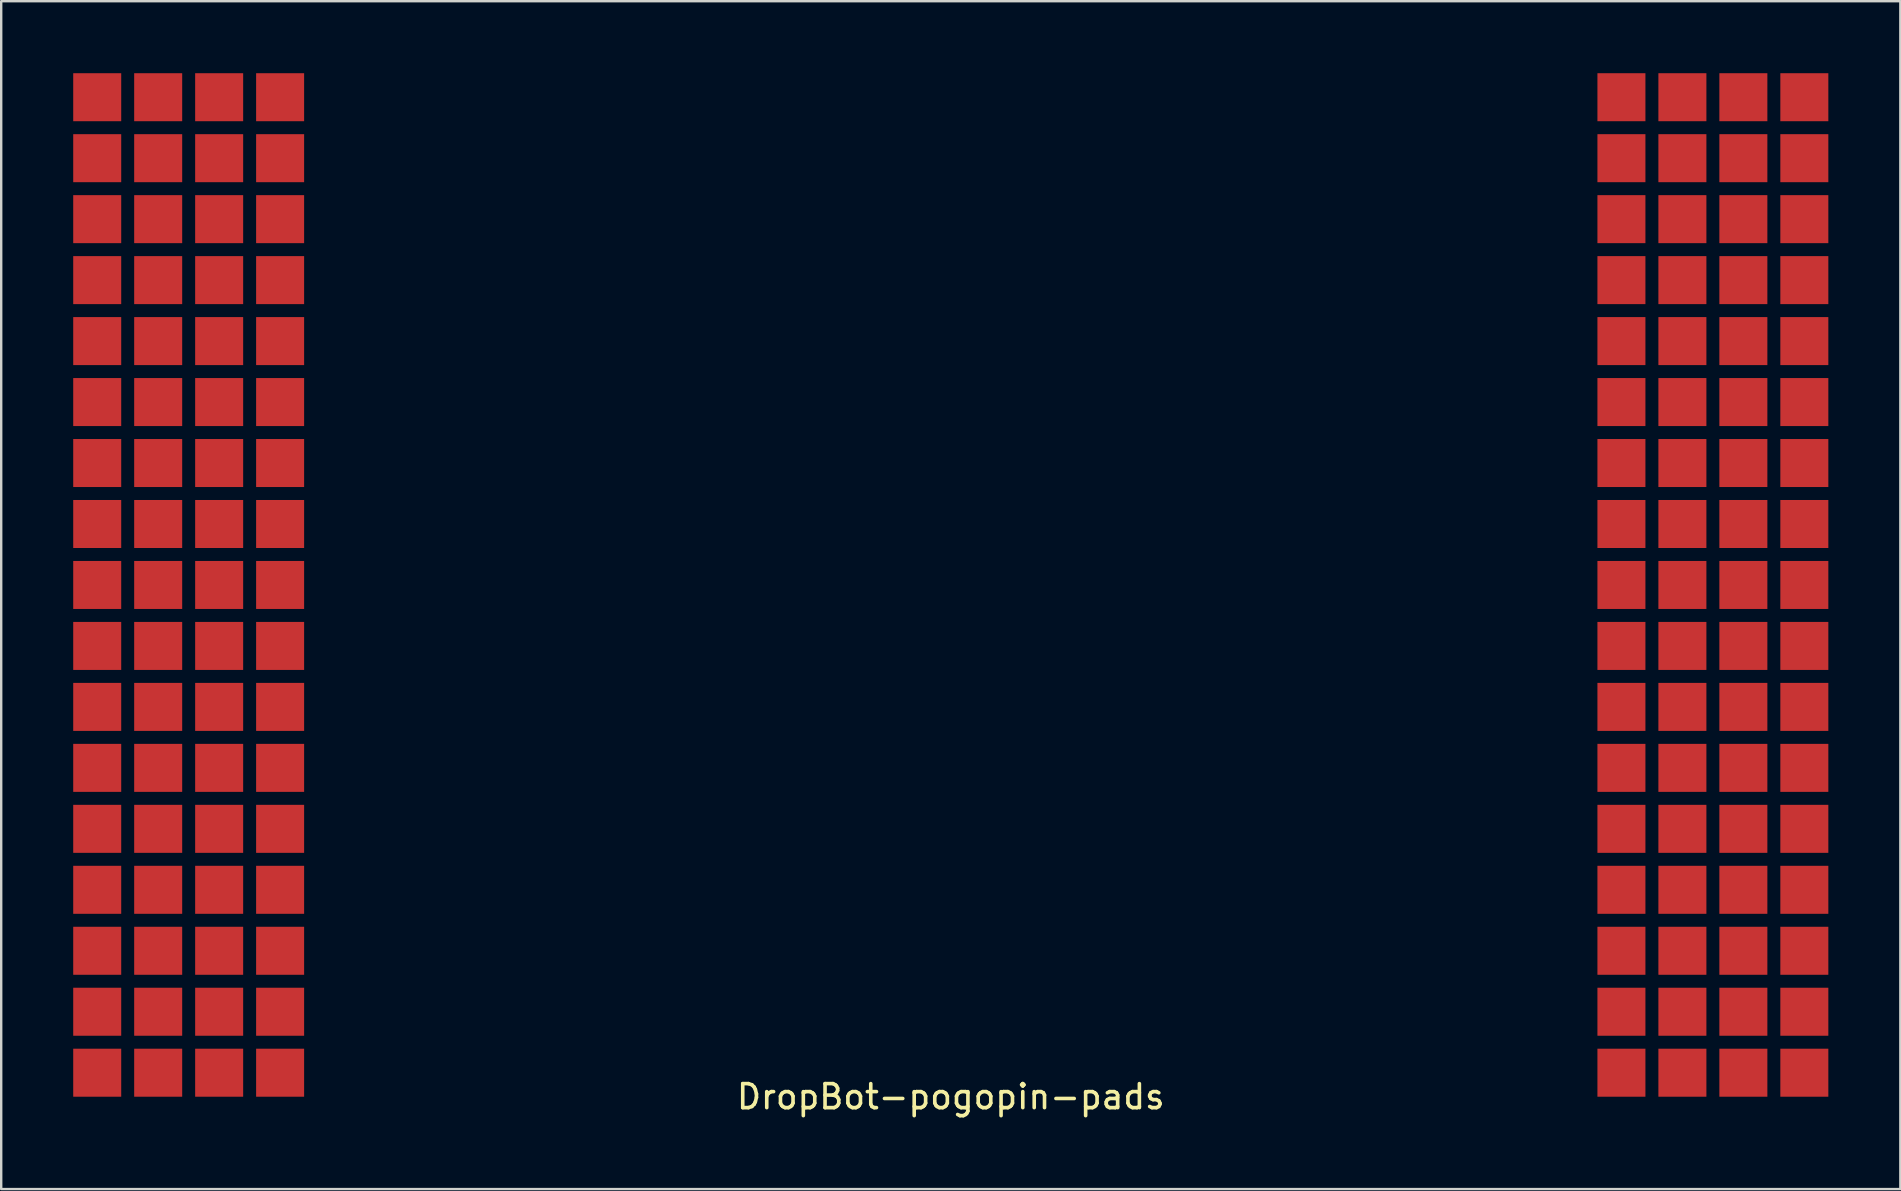
<source format=kicad_pcb>
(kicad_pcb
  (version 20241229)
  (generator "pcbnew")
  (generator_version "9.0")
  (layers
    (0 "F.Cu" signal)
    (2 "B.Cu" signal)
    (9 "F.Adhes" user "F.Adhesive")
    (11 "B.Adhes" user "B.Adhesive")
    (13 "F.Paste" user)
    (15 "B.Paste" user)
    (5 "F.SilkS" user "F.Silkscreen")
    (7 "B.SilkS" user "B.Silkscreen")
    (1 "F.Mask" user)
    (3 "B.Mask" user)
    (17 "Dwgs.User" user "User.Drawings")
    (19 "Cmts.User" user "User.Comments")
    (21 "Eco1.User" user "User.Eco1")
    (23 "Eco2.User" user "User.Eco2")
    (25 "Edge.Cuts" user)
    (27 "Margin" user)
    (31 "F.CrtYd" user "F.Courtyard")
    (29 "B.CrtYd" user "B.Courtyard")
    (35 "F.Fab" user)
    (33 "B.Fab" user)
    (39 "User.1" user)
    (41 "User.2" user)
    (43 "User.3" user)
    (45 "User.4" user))
  (footprint "DropBot-pogopin-pads"
    (layer "F.Cu")
    (at 36.56 42.64)
    (property "Reference" "DropBot-pogopin-pads" (at 0 0 0) (layer "F.SilkS") (effects (font (size 1 1) (thickness 0.15))))
    (attr through_hole)
    (pad "1" smd custom (at -27.94 -3.54) (size 1.8 1.8) (layers "F.Cu" "F.Mask" "F.Paste") (options (anchor circle)) (primitives (gr_poly (pts (xy 1 1) (xy 1 -1) (xy -1 -1) (xy -1 1) (xy 1 1)) (width 0) (fill yes))))
    (pad "2" smd custom (at -30.48 -3.54) (size 1.8 1.8) (layers "F.Cu" "F.Mask" "F.Paste") (options (anchor circle)) (primitives (gr_poly (pts (xy 1 1) (xy 1 -1) (xy -1 -1) (xy -1 1) (xy 1 1)) (width 0) (fill yes))))
    (pad "3" smd custom (at -33.02 -3.54) (size 1.8 1.8) (layers "F.Cu" "F.Mask" "F.Paste") (options (anchor circle)) (primitives (gr_poly (pts (xy 1 1) (xy 1 -1) (xy -1 -1) (xy -1 1) (xy 1 1)) (width 0) (fill yes))))
    (pad "4" smd custom (at -35.56 -3.54) (size 1.8 1.8) (layers "F.Cu" "F.Mask" "F.Paste") (options (anchor circle)) (primitives (gr_poly (pts (xy 1 1) (xy 1 -1) (xy -1 -1) (xy -1 1) (xy 1 1)) (width 0) (fill yes))))
    (pad "5" smd custom (at -27.94 -6.08) (size 1.8 1.8) (layers "F.Cu" "F.Mask" "F.Paste") (options (anchor circle)) (primitives (gr_poly (pts (xy 1 1) (xy 1 -1) (xy -1 -1) (xy -1 1) (xy 1 1)) (width 0) (fill yes))))
    (pad "6" smd custom (at -30.48 -6.08) (size 1.8 1.8) (layers "F.Cu" "F.Mask" "F.Paste") (options (anchor circle)) (primitives (gr_poly (pts (xy 1 1) (xy 1 -1) (xy -1 -1) (xy -1 1) (xy 1 1)) (width 0) (fill yes))))
    (pad "7" smd custom (at -33.02 -6.08) (size 1.8 1.8) (layers "F.Cu" "F.Mask" "F.Paste") (options (anchor circle)) (primitives (gr_poly (pts (xy 1 1) (xy 1 -1) (xy -1 -1) (xy -1 1) (xy 1 1)) (width 0) (fill yes))))
    (pad "8" smd custom (at -35.56 -6.08) (size 1.8 1.8) (layers "F.Cu" "F.Mask" "F.Paste") (options (anchor circle)) (primitives (gr_poly (pts (xy 1 1) (xy 1 -1) (xy -1 -1) (xy -1 1) (xy 1 1)) (width 0) (fill yes))))
    (pad "9" smd custom (at -27.94 -8.62) (size 1.8 1.8) (layers "F.Cu" "F.Mask" "F.Paste") (options (anchor circle)) (primitives (gr_poly (pts (xy 1 1) (xy 1 -1) (xy -1 -1) (xy -1 1) (xy 1 1)) (width 0) (fill yes))))
    (pad "10" smd custom (at -30.48 -8.62) (size 1.8 1.8) (layers "F.Cu" "F.Mask" "F.Paste") (options (anchor circle)) (primitives (gr_poly (pts (xy 1 1) (xy 1 -1) (xy -1 -1) (xy -1 1) (xy 1 1)) (width 0) (fill yes))))
    (pad "11" smd custom (at -33.02 -8.62) (size 1.8 1.8) (layers "F.Cu" "F.Mask" "F.Paste") (options (anchor circle)) (primitives (gr_poly (pts (xy 1 1) (xy 1 -1) (xy -1 -1) (xy -1 1) (xy 1 1)) (width 0) (fill yes))))
    (pad "12" smd custom (at -35.56 -8.62) (size 1.8 1.8) (layers "F.Cu" "F.Mask" "F.Paste") (options (anchor circle)) (primitives (gr_poly (pts (xy 1 1) (xy 1 -1) (xy -1 -1) (xy -1 1) (xy 1 1)) (width 0) (fill yes))))
    (pad "13" smd custom (at -27.94 -11.16) (size 1.8 1.8) (layers "F.Cu" "F.Mask" "F.Paste") (options (anchor circle)) (primitives (gr_poly (pts (xy 1 1) (xy 1 -1) (xy -1 -1) (xy -1 1) (xy 1 1)) (width 0) (fill yes))))
    (pad "14" smd custom (at -30.48 -11.16) (size 1.8 1.8) (layers "F.Cu" "F.Mask" "F.Paste") (options (anchor circle)) (primitives (gr_poly (pts (xy 1 1) (xy 1 -1) (xy -1 -1) (xy -1 1) (xy 1 1)) (width 0) (fill yes))))
    (pad "15" smd custom (at -33.02 -11.16) (size 1.8 1.8) (layers "F.Cu" "F.Mask" "F.Paste") (options (anchor circle)) (primitives (gr_poly (pts (xy 1 1) (xy 1 -1) (xy -1 -1) (xy -1 1) (xy 1 1)) (width 0) (fill yes))))
    (pad "16" smd custom (at -35.56 -11.16) (size 1.8 1.8) (layers "F.Cu" "F.Mask" "F.Paste") (options (anchor circle)) (primitives (gr_poly (pts (xy 1 1) (xy 1 -1) (xy -1 -1) (xy -1 1) (xy 1 1)) (width 0) (fill yes))))
    (pad "17" smd custom (at -27.94 -13.7) (size 1.8 1.8) (layers "F.Cu" "F.Mask" "F.Paste") (options (anchor circle)) (primitives (gr_poly (pts (xy 1 1) (xy 1 -1) (xy -1 -1) (xy -1 1) (xy 1 1)) (width 0) (fill yes))))
    (pad "18" smd custom (at -30.48 -13.7) (size 1.8 1.8) (layers "F.Cu" "F.Mask" "F.Paste") (options (anchor circle)) (primitives (gr_poly (pts (xy 1 1) (xy 1 -1) (xy -1 -1) (xy -1 1) (xy 1 1)) (width 0) (fill yes))))
    (pad "19" smd custom (at -33.02 -13.7) (size 1.8 1.8) (layers "F.Cu" "F.Mask" "F.Paste") (options (anchor circle)) (primitives (gr_poly (pts (xy 1 1) (xy 1 -1) (xy -1 -1) (xy -1 1) (xy 1 1)) (width 0) (fill yes))))
    (pad "20" smd custom (at -35.56 -13.7) (size 1.8 1.8) (layers "F.Cu" "F.Mask" "F.Paste") (options (anchor circle)) (primitives (gr_poly (pts (xy 1 1) (xy 1 -1) (xy -1 -1) (xy -1 1) (xy 1 1)) (width 0) (fill yes))))
    (pad "21" smd custom (at -27.94 -16.24) (size 1.8 1.8) (layers "F.Cu" "F.Mask" "F.Paste") (options (anchor circle)) (primitives (gr_poly (pts (xy 1 1) (xy 1 -1) (xy -1 -1) (xy -1 1) (xy 1 1)) (width 0) (fill yes))))
    (pad "22" smd custom (at -30.48 -16.24) (size 1.8 1.8) (layers "F.Cu" "F.Mask" "F.Paste") (options (anchor circle)) (primitives (gr_poly (pts (xy 1 1) (xy 1 -1) (xy -1 -1) (xy -1 1) (xy 1 1)) (width 0) (fill yes))))
    (pad "23" smd custom (at -33.02 -16.24) (size 1.8 1.8) (layers "F.Cu" "F.Mask" "F.Paste") (options (anchor circle)) (primitives (gr_poly (pts (xy 1 1) (xy 1 -1) (xy -1 -1) (xy -1 1) (xy 1 1)) (width 0) (fill yes))))
    (pad "24" smd custom (at -35.56 -16.24) (size 1.8 1.8) (layers "F.Cu" "F.Mask" "F.Paste") (options (anchor circle)) (primitives (gr_poly (pts (xy 1 1) (xy 1 -1) (xy -1 -1) (xy -1 1) (xy 1 1)) (width 0) (fill yes))))
    (pad "25" smd custom (at -27.94 -18.78) (size 1.8 1.8) (layers "F.Cu" "F.Mask" "F.Paste") (options (anchor circle)) (primitives (gr_poly (pts (xy 1 1) (xy 1 -1) (xy -1 -1) (xy -1 1) (xy 1 1)) (width 0) (fill yes))))
    (pad "26" smd custom (at -30.48 -18.78) (size 1.8 1.8) (layers "F.Cu" "F.Mask" "F.Paste") (options (anchor circle)) (primitives (gr_poly (pts (xy 1 1) (xy 1 -1) (xy -1 -1) (xy -1 1) (xy 1 1)) (width 0) (fill yes))))
    (pad "27" smd custom (at -33.02 -18.78) (size 1.8 1.8) (layers "F.Cu" "F.Mask" "F.Paste") (options (anchor circle)) (primitives (gr_poly (pts (xy 1 1) (xy 1 -1) (xy -1 -1) (xy -1 1) (xy 1 1)) (width 0) (fill yes))))
    (pad "28" smd custom (at -35.56 -18.78) (size 1.8 1.8) (layers "F.Cu" "F.Mask" "F.Paste") (options (anchor circle)) (primitives (gr_poly (pts (xy 1 1) (xy 1 -1) (xy -1 -1) (xy -1 1) (xy 1 1)) (width 0) (fill yes))))
    (pad "29" smd custom (at -27.94 -21.32) (size 1.8 1.8) (layers "F.Cu" "F.Mask" "F.Paste") (options (anchor circle)) (primitives (gr_poly (pts (xy 1 1) (xy 1 -1) (xy -1 -1) (xy -1 1) (xy 1 1)) (width 0) (fill yes))))
    (pad "30" smd custom (at -30.48 -21.32) (size 1.8 1.8) (layers "F.Cu" "F.Mask" "F.Paste") (options (anchor circle)) (primitives (gr_poly (pts (xy 1 1) (xy 1 -1) (xy -1 -1) (xy -1 1) (xy 1 1)) (width 0) (fill yes))))
    (pad "31" smd custom (at -33.02 -21.32) (size 1.8 1.8) (layers "F.Cu" "F.Mask" "F.Paste") (options (anchor circle)) (primitives (gr_poly (pts (xy 1 1) (xy 1 -1) (xy -1 -1) (xy -1 1) (xy 1 1)) (width 0) (fill yes))))
    (pad "32" smd custom (at -35.56 -21.32) (size 1.8 1.8) (layers "F.Cu" "F.Mask" "F.Paste") (options (anchor circle)) (primitives (gr_poly (pts (xy 1 1) (xy 1 -1) (xy -1 -1) (xy -1 1) (xy 1 1)) (width 0) (fill yes))))
    (pad "33" smd custom (at -27.94 -23.86) (size 1.8 1.8) (layers "F.Cu" "F.Mask" "F.Paste") (options (anchor circle)) (primitives (gr_poly (pts (xy 1 1) (xy 1 -1) (xy -1 -1) (xy -1 1) (xy 1 1)) (width 0) (fill yes))))
    (pad "34" smd custom (at -30.48 -23.86) (size 1.8 1.8) (layers "F.Cu" "F.Mask" "F.Paste") (options (anchor circle)) (primitives (gr_poly (pts (xy 1 1) (xy 1 -1) (xy -1 -1) (xy -1 1) (xy 1 1)) (width 0) (fill yes))))
    (pad "35" smd custom (at -33.02 -23.86) (size 1.8 1.8) (layers "F.Cu" "F.Mask" "F.Paste") (options (anchor circle)) (primitives (gr_poly (pts (xy 1 1) (xy 1 -1) (xy -1 -1) (xy -1 1) (xy 1 1)) (width 0) (fill yes))))
    (pad "36" smd custom (at -35.56 -23.86) (size 1.8 1.8) (layers "F.Cu" "F.Mask" "F.Paste") (options (anchor circle)) (primitives (gr_poly (pts (xy 1 1) (xy 1 -1) (xy -1 -1) (xy -1 1) (xy 1 1)) (width 0) (fill yes))))
    (pad "37" smd custom (at -27.94 -26.4) (size 1.8 1.8) (layers "F.Cu" "F.Mask" "F.Paste") (options (anchor circle)) (primitives (gr_poly (pts (xy 1 1) (xy 1 -1) (xy -1 -1) (xy -1 1) (xy 1 1)) (width 0) (fill yes))))
    (pad "38" smd custom (at -30.48 -26.4) (size 1.8 1.8) (layers "F.Cu" "F.Mask" "F.Paste") (options (anchor circle)) (primitives (gr_poly (pts (xy 1 1) (xy 1 -1) (xy -1 -1) (xy -1 1) (xy 1 1)) (width 0) (fill yes))))
    (pad "39" smd custom (at -33.02 -26.4) (size 1.8 1.8) (layers "F.Cu" "F.Mask" "F.Paste") (options (anchor circle)) (primitives (gr_poly (pts (xy 1 1) (xy 1 -1) (xy -1 -1) (xy -1 1) (xy 1 1)) (width 0) (fill yes))))
    (pad "40" smd custom (at -35.56 -26.4) (size 1.8 1.8) (layers "F.Cu" "F.Mask" "F.Paste") (options (anchor circle)) (primitives (gr_poly (pts (xy 1 1) (xy 1 -1) (xy -1 -1) (xy -1 1) (xy 1 1)) (width 0) (fill yes))))
    (pad "41" smd custom (at -27.94 -28.94) (size 1.8 1.8) (layers "F.Cu" "F.Mask" "F.Paste") (options (anchor circle)) (primitives (gr_poly (pts (xy 1 1) (xy 1 -1) (xy -1 -1) (xy -1 1) (xy 1 1)) (width 0) (fill yes))))
    (pad "42" smd custom (at -30.48 -28.94) (size 1.8 1.8) (layers "F.Cu" "F.Mask" "F.Paste") (options (anchor circle)) (primitives (gr_poly (pts (xy 1 1) (xy 1 -1) (xy -1 -1) (xy -1 1) (xy 1 1)) (width 0) (fill yes))))
    (pad "43" smd custom (at -33.02 -28.94) (size 1.8 1.8) (layers "F.Cu" "F.Mask" "F.Paste") (options (anchor circle)) (primitives (gr_poly (pts (xy 1 1) (xy 1 -1) (xy -1 -1) (xy -1 1) (xy 1 1)) (width 0) (fill yes))))
    (pad "44" smd custom (at -35.56 -28.94) (size 1.8 1.8) (layers "F.Cu" "F.Mask" "F.Paste") (options (anchor circle)) (primitives (gr_poly (pts (xy 1 1) (xy 1 -1) (xy -1 -1) (xy -1 1) (xy 1 1)) (width 0) (fill yes))))
    (pad "45" smd custom (at -27.94 -31.48) (size 1.8 1.8) (layers "F.Cu" "F.Mask" "F.Paste") (options (anchor circle)) (primitives (gr_poly (pts (xy 1 1) (xy 1 -1) (xy -1 -1) (xy -1 1) (xy 1 1)) (width 0) (fill yes))))
    (pad "46" smd custom (at -30.48 -31.48) (size 1.8 1.8) (layers "F.Cu" "F.Mask" "F.Paste") (options (anchor circle)) (primitives (gr_poly (pts (xy 1 1) (xy 1 -1) (xy -1 -1) (xy -1 1) (xy 1 1)) (width 0) (fill yes))))
    (pad "47" smd custom (at -33.02 -31.48) (size 1.8 1.8) (layers "F.Cu" "F.Mask" "F.Paste") (options (anchor circle)) (primitives (gr_poly (pts (xy 1 1) (xy 1 -1) (xy -1 -1) (xy -1 1) (xy 1 1)) (width 0) (fill yes))))
    (pad "48" smd custom (at -35.56 -31.48) (size 1.8 1.8) (layers "F.Cu" "F.Mask" "F.Paste") (options (anchor circle)) (primitives (gr_poly (pts (xy 1 1) (xy 1 -1) (xy -1 -1) (xy -1 1) (xy 1 1)) (width 0) (fill yes))))
    (pad "49" smd custom (at -27.94 -34.02) (size 1.8 1.8) (layers "F.Cu" "F.Mask" "F.Paste") (options (anchor circle)) (primitives (gr_poly (pts (xy 1 1) (xy 1 -1) (xy -1 -1) (xy -1 1) (xy 1 1)) (width 0) (fill yes))))
    (pad "50" smd custom (at -30.48 -34.02) (size 1.8 1.8) (layers "F.Cu" "F.Mask" "F.Paste") (options (anchor circle)) (primitives (gr_poly (pts (xy 1 1) (xy 1 -1) (xy -1 -1) (xy -1 1) (xy 1 1)) (width 0) (fill yes))))
    (pad "51" smd custom (at -33.02 -34.02) (size 1.8 1.8) (layers "F.Cu" "F.Mask" "F.Paste") (options (anchor circle)) (primitives (gr_poly (pts (xy 1 1) (xy 1 -1) (xy -1 -1) (xy -1 1) (xy 1 1)) (width 0) (fill yes))))
    (pad "52" smd custom (at -35.56 -34.02) (size 1.8 1.8) (layers "F.Cu" "F.Mask" "F.Paste") (options (anchor circle)) (primitives (gr_poly (pts (xy 1 1) (xy 1 -1) (xy -1 -1) (xy -1 1) (xy 1 1)) (width 0) (fill yes))))
    (pad "53" smd custom (at -27.94 -36.56) (size 1.8 1.8) (layers "F.Cu" "F.Mask" "F.Paste") (options (anchor circle)) (primitives (gr_poly (pts (xy 1 1) (xy 1 -1) (xy -1 -1) (xy -1 1) (xy 1 1)) (width 0) (fill yes))))
    (pad "54" smd custom (at -30.48 -36.56) (size 1.8 1.8) (layers "F.Cu" "F.Mask" "F.Paste") (options (anchor circle)) (primitives (gr_poly (pts (xy 1 1) (xy 1 -1) (xy -1 -1) (xy -1 1) (xy 1 1)) (width 0) (fill yes))))
    (pad "55" smd custom (at -33.02 -36.56) (size 1.8 1.8) (layers "F.Cu" "F.Mask" "F.Paste") (options (anchor circle)) (primitives (gr_poly (pts (xy 1 1) (xy 1 -1) (xy -1 -1) (xy -1 1) (xy 1 1)) (width 0) (fill yes))))
    (pad "56" smd custom (at -35.56 -36.56) (size 1.8 1.8) (layers "F.Cu" "F.Mask" "F.Paste") (options (anchor circle)) (primitives (gr_poly (pts (xy 1 1) (xy 1 -1) (xy -1 -1) (xy -1 1) (xy 1 1)) (width 0) (fill yes))))
    (pad "57" smd custom (at -27.94 -39.1) (size 1.8 1.8) (layers "F.Cu" "F.Mask" "F.Paste") (options (anchor circle)) (primitives (gr_poly (pts (xy 1 1) (xy 1 -1) (xy -1 -1) (xy -1 1) (xy 1 1)) (width 0) (fill yes))))
    (pad "58" smd custom (at -30.48 -39.1) (size 1.8 1.8) (layers "F.Cu" "F.Mask" "F.Paste") (options (anchor circle)) (primitives (gr_poly (pts (xy 1 1) (xy 1 -1) (xy -1 -1) (xy -1 1) (xy 1 1)) (width 0) (fill yes))))
    (pad "59" smd custom (at -33.02 -39.1) (size 1.8 1.8) (layers "F.Cu" "F.Mask" "F.Paste") (options (anchor circle)) (primitives (gr_poly (pts (xy 1 1) (xy 1 -1) (xy -1 -1) (xy -1 1) (xy 1 1)) (width 0) (fill yes))))
    (pad "60" smd custom (at -35.56 -39.1) (size 1.8 1.8) (layers "F.Cu" "F.Mask" "F.Paste") (options (anchor circle)) (primitives (gr_poly (pts (xy 1 1) (xy 1 -1) (xy -1 -1) (xy -1 1) (xy 1 1)) (width 0) (fill yes))))
    (pad "61" smd custom (at 35.56 -39.1) (size 1.8 1.8) (layers "F.Cu" "F.Mask" "F.Paste") (options (anchor circle)) (primitives (gr_poly (pts (xy 1 1) (xy 1 -1) (xy -1 -1) (xy -1 1) (xy 1 1)) (width 0) (fill yes))))
    (pad "62" smd custom (at 33.02 -39.1) (size 1.8 1.8) (layers "F.Cu" "F.Mask" "F.Paste") (options (anchor circle)) (primitives (gr_poly (pts (xy 1 1) (xy 1 -1) (xy -1 -1) (xy -1 1) (xy 1 1)) (width 0) (fill yes))))
    (pad "63" smd custom (at 30.48 -39.1) (size 1.8 1.8) (layers "F.Cu" "F.Mask" "F.Paste") (options (anchor circle)) (primitives (gr_poly (pts (xy 1 1) (xy 1 -1) (xy -1 -1) (xy -1 1) (xy 1 1)) (width 0) (fill yes))))
    (pad "64" smd custom (at 27.94 -39.1) (size 1.8 1.8) (layers "F.Cu" "F.Mask" "F.Paste") (options (anchor circle)) (primitives (gr_poly (pts (xy 1 1) (xy 1 -1) (xy -1 -1) (xy -1 1) (xy 1 1)) (width 0) (fill yes))))
    (pad "65" smd custom (at 35.56 -36.56) (size 1.8 1.8) (layers "F.Cu" "F.Mask" "F.Paste") (options (anchor circle)) (primitives (gr_poly (pts (xy 1 1) (xy 1 -1) (xy -1 -1) (xy -1 1) (xy 1 1)) (width 0) (fill yes))))
    (pad "66" smd custom (at 33.02 -36.56) (size 1.8 1.8) (layers "F.Cu" "F.Mask" "F.Paste") (options (anchor circle)) (primitives (gr_poly (pts (xy 1 1) (xy 1 -1) (xy -1 -1) (xy -1 1) (xy 1 1)) (width 0) (fill yes))))
    (pad "67" smd custom (at 30.48 -36.56) (size 1.8 1.8) (layers "F.Cu" "F.Mask" "F.Paste") (options (anchor circle)) (primitives (gr_poly (pts (xy 1 1) (xy 1 -1) (xy -1 -1) (xy -1 1) (xy 1 1)) (width 0) (fill yes))))
    (pad "68" smd custom (at 27.94 -36.56) (size 1.8 1.8) (layers "F.Cu" "F.Mask" "F.Paste") (options (anchor circle)) (primitives (gr_poly (pts (xy 1 1) (xy 1 -1) (xy -1 -1) (xy -1 1) (xy 1 1)) (width 0) (fill yes))))
    (pad "69" smd custom (at 35.56 -34.02) (size 1.8 1.8) (layers "F.Cu" "F.Mask" "F.Paste") (options (anchor circle)) (primitives (gr_poly (pts (xy 1 1) (xy 1 -1) (xy -1 -1) (xy -1 1) (xy 1 1)) (width 0) (fill yes))))
    (pad "70" smd custom (at 33.02 -34.02) (size 1.8 1.8) (layers "F.Cu" "F.Mask" "F.Paste") (options (anchor circle)) (primitives (gr_poly (pts (xy 1 1) (xy 1 -1) (xy -1 -1) (xy -1 1) (xy 1 1)) (width 0) (fill yes))))
    (pad "71" smd custom (at 30.48 -34.02) (size 1.8 1.8) (layers "F.Cu" "F.Mask" "F.Paste") (options (anchor circle)) (primitives (gr_poly (pts (xy 1 1) (xy 1 -1) (xy -1 -1) (xy -1 1) (xy 1 1)) (width 0) (fill yes))))
    (pad "72" smd custom (at 27.94 -34.02) (size 1.8 1.8) (layers "F.Cu" "F.Mask" "F.Paste") (options (anchor circle)) (primitives (gr_poly (pts (xy 1 1) (xy 1 -1) (xy -1 -1) (xy -1 1) (xy 1 1)) (width 0) (fill yes))))
    (pad "73" smd custom (at 35.56 -31.48) (size 1.8 1.8) (layers "F.Cu" "F.Mask" "F.Paste") (options (anchor circle)) (primitives (gr_poly (pts (xy 1 1) (xy 1 -1) (xy -1 -1) (xy -1 1) (xy 1 1)) (width 0) (fill yes))))
    (pad "74" smd custom (at 33.02 -31.48) (size 1.8 1.8) (layers "F.Cu" "F.Mask" "F.Paste") (options (anchor circle)) (primitives (gr_poly (pts (xy 1 1) (xy 1 -1) (xy -1 -1) (xy -1 1) (xy 1 1)) (width 0) (fill yes))))
    (pad "75" smd custom (at 30.48 -31.48) (size 1.8 1.8) (layers "F.Cu" "F.Mask" "F.Paste") (options (anchor circle)) (primitives (gr_poly (pts (xy 1 1) (xy 1 -1) (xy -1 -1) (xy -1 1) (xy 1 1)) (width 0) (fill yes))))
    (pad "76" smd custom (at 27.94 -31.48) (size 1.8 1.8) (layers "F.Cu" "F.Mask" "F.Paste") (options (anchor circle)) (primitives (gr_poly (pts (xy 1 1) (xy 1 -1) (xy -1 -1) (xy -1 1) (xy 1 1)) (width 0) (fill yes))))
    (pad "77" smd custom (at 35.56 -28.94) (size 1.8 1.8) (layers "F.Cu" "F.Mask" "F.Paste") (options (anchor circle)) (primitives (gr_poly (pts (xy 1 1) (xy 1 -1) (xy -1 -1) (xy -1 1) (xy 1 1)) (width 0) (fill yes))))
    (pad "78" smd custom (at 33.02 -28.94) (size 1.8 1.8) (layers "F.Cu" "F.Mask" "F.Paste") (options (anchor circle)) (primitives (gr_poly (pts (xy 1 1) (xy 1 -1) (xy -1 -1) (xy -1 1) (xy 1 1)) (width 0) (fill yes))))
    (pad "79" smd custom (at 30.48 -28.94) (size 1.8 1.8) (layers "F.Cu" "F.Mask" "F.Paste") (options (anchor circle)) (primitives (gr_poly (pts (xy 1 1) (xy 1 -1) (xy -1 -1) (xy -1 1) (xy 1 1)) (width 0) (fill yes))))
    (pad "80" smd custom (at 27.94 -28.94) (size 1.8 1.8) (layers "F.Cu" "F.Mask" "F.Paste") (options (anchor circle)) (primitives (gr_poly (pts (xy 1 1) (xy 1 -1) (xy -1 -1) (xy -1 1) (xy 1 1)) (width 0) (fill yes))))
    (pad "81" smd custom (at 35.56 -26.4) (size 1.8 1.8) (layers "F.Cu" "F.Mask" "F.Paste") (options (anchor circle)) (primitives (gr_poly (pts (xy 1 1) (xy 1 -1) (xy -1 -1) (xy -1 1) (xy 1 1)) (width 0) (fill yes))))
    (pad "82" smd custom (at 33.02 -26.4) (size 1.8 1.8) (layers "F.Cu" "F.Mask" "F.Paste") (options (anchor circle)) (primitives (gr_poly (pts (xy 1 1) (xy 1 -1) (xy -1 -1) (xy -1 1) (xy 1 1)) (width 0) (fill yes))))
    (pad "83" smd custom (at 30.48 -26.4) (size 1.8 1.8) (layers "F.Cu" "F.Mask" "F.Paste") (options (anchor circle)) (primitives (gr_poly (pts (xy 1 1) (xy 1 -1) (xy -1 -1) (xy -1 1) (xy 1 1)) (width 0) (fill yes))))
    (pad "84" smd custom (at 27.94 -26.4) (size 1.8 1.8) (layers "F.Cu" "F.Mask" "F.Paste") (options (anchor circle)) (primitives (gr_poly (pts (xy 1 1) (xy 1 -1) (xy -1 -1) (xy -1 1) (xy 1 1)) (width 0) (fill yes))))
    (pad "85" smd custom (at 35.56 -23.86) (size 1.8 1.8) (layers "F.Cu" "F.Mask" "F.Paste") (options (anchor circle)) (primitives (gr_poly (pts (xy 1 1) (xy 1 -1) (xy -1 -1) (xy -1 1) (xy 1 1)) (width 0) (fill yes))))
    (pad "86" smd custom (at 33.02 -23.86) (size 1.8 1.8) (layers "F.Cu" "F.Mask" "F.Paste") (options (anchor circle)) (primitives (gr_poly (pts (xy 1 1) (xy 1 -1) (xy -1 -1) (xy -1 1) (xy 1 1)) (width 0) (fill yes))))
    (pad "87" smd custom (at 30.48 -23.86) (size 1.8 1.8) (layers "F.Cu" "F.Mask" "F.Paste") (options (anchor circle)) (primitives (gr_poly (pts (xy 1 1) (xy 1 -1) (xy -1 -1) (xy -1 1) (xy 1 1)) (width 0) (fill yes))))
    (pad "88" smd custom (at 27.94 -23.86) (size 1.8 1.8) (layers "F.Cu" "F.Mask" "F.Paste") (options (anchor circle)) (primitives (gr_poly (pts (xy 1 1) (xy 1 -1) (xy -1 -1) (xy -1 1) (xy 1 1)) (width 0) (fill yes))))
    (pad "89" smd custom (at 35.56 -21.32) (size 1.8 1.8) (layers "F.Cu" "F.Mask" "F.Paste") (options (anchor circle)) (primitives (gr_poly (pts (xy 1 1) (xy 1 -1) (xy -1 -1) (xy -1 1) (xy 1 1)) (width 0) (fill yes))))
    (pad "90" smd custom (at 33.02 -21.32) (size 1.8 1.8) (layers "F.Cu" "F.Mask" "F.Paste") (options (anchor circle)) (primitives (gr_poly (pts (xy 1 1) (xy 1 -1) (xy -1 -1) (xy -1 1) (xy 1 1)) (width 0) (fill yes))))
    (pad "91" smd custom (at 30.48 -21.32) (size 1.8 1.8) (layers "F.Cu" "F.Mask" "F.Paste") (options (anchor circle)) (primitives (gr_poly (pts (xy 1 1) (xy 1 -1) (xy -1 -1) (xy -1 1) (xy 1 1)) (width 0) (fill yes))))
    (pad "92" smd custom (at 27.94 -21.32) (size 1.8 1.8) (layers "F.Cu" "F.Mask" "F.Paste") (options (anchor circle)) (primitives (gr_poly (pts (xy 1 1) (xy 1 -1) (xy -1 -1) (xy -1 1) (xy 1 1)) (width 0) (fill yes))))
    (pad "93" smd custom (at 35.56 -18.78) (size 1.8 1.8) (layers "F.Cu" "F.Mask" "F.Paste") (options (anchor circle)) (primitives (gr_poly (pts (xy 1 1) (xy 1 -1) (xy -1 -1) (xy -1 1) (xy 1 1)) (width 0) (fill yes))))
    (pad "94" smd custom (at 33.02 -18.78) (size 1.8 1.8) (layers "F.Cu" "F.Mask" "F.Paste") (options (anchor circle)) (primitives (gr_poly (pts (xy 1 1) (xy 1 -1) (xy -1 -1) (xy -1 1) (xy 1 1)) (width 0) (fill yes))))
    (pad "95" smd custom (at 30.48 -18.78) (size 1.8 1.8) (layers "F.Cu" "F.Mask" "F.Paste") (options (anchor circle)) (primitives (gr_poly (pts (xy 1 1) (xy 1 -1) (xy -1 -1) (xy -1 1) (xy 1 1)) (width 0) (fill yes))))
    (pad "96" smd custom (at 27.94 -18.78) (size 1.8 1.8) (layers "F.Cu" "F.Mask" "F.Paste") (options (anchor circle)) (primitives (gr_poly (pts (xy 1 1) (xy 1 -1) (xy -1 -1) (xy -1 1) (xy 1 1)) (width 0) (fill yes))))
    (pad "97" smd custom (at 35.56 -16.24) (size 1.8 1.8) (layers "F.Cu" "F.Mask" "F.Paste") (options (anchor circle)) (primitives (gr_poly (pts (xy 1 1) (xy 1 -1) (xy -1 -1) (xy -1 1) (xy 1 1)) (width 0) (fill yes))))
    (pad "98" smd custom (at 33.02 -16.24) (size 1.8 1.8) (layers "F.Cu" "F.Mask" "F.Paste") (options (anchor circle)) (primitives (gr_poly (pts (xy 1 1) (xy 1 -1) (xy -1 -1) (xy -1 1) (xy 1 1)) (width 0) (fill yes))))
    (pad "99" smd custom (at 30.48 -16.24) (size 1.8 1.8) (layers "F.Cu" "F.Mask" "F.Paste") (options (anchor circle)) (primitives (gr_poly (pts (xy 1 1) (xy 1 -1) (xy -1 -1) (xy -1 1) (xy 1 1)) (width 0) (fill yes))))
    (pad "100" smd custom (at 27.94 -16.24) (size 1.8 1.8) (layers "F.Cu" "F.Mask" "F.Paste") (options (anchor circle)) (primitives (gr_poly (pts (xy 1 1) (xy 1 -1) (xy -1 -1) (xy -1 1) (xy 1 1)) (width 0) (fill yes))))
    (pad "101" smd custom (at 35.56 -13.7) (size 1.8 1.8) (layers "F.Cu" "F.Mask" "F.Paste") (options (anchor circle)) (primitives (gr_poly (pts (xy 1 1) (xy 1 -1) (xy -1 -1) (xy -1 1) (xy 1 1)) (width 0) (fill yes))))
    (pad "102" smd custom (at 33.02 -13.7) (size 1.8 1.8) (layers "F.Cu" "F.Mask" "F.Paste") (options (anchor circle)) (primitives (gr_poly (pts (xy 1 1) (xy 1 -1) (xy -1 -1) (xy -1 1) (xy 1 1)) (width 0) (fill yes))))
    (pad "103" smd custom (at 30.48 -13.7) (size 1.8 1.8) (layers "F.Cu" "F.Mask" "F.Paste") (options (anchor circle)) (primitives (gr_poly (pts (xy 1 1) (xy 1 -1) (xy -1 -1) (xy -1 1) (xy 1 1)) (width 0) (fill yes))))
    (pad "104" smd custom (at 27.94 -13.7) (size 1.8 1.8) (layers "F.Cu" "F.Mask" "F.Paste") (options (anchor circle)) (primitives (gr_poly (pts (xy 1 1) (xy 1 -1) (xy -1 -1) (xy -1 1) (xy 1 1)) (width 0) (fill yes))))
    (pad "105" smd custom (at 35.56 -11.16) (size 1.8 1.8) (layers "F.Cu" "F.Mask" "F.Paste") (options (anchor circle)) (primitives (gr_poly (pts (xy 1 1) (xy 1 -1) (xy -1 -1) (xy -1 1) (xy 1 1)) (width 0) (fill yes))))
    (pad "106" smd custom (at 33.02 -11.16) (size 1.8 1.8) (layers "F.Cu" "F.Mask" "F.Paste") (options (anchor circle)) (primitives (gr_poly (pts (xy 1 1) (xy 1 -1) (xy -1 -1) (xy -1 1) (xy 1 1)) (width 0) (fill yes))))
    (pad "107" smd custom (at 30.48 -11.16) (size 1.8 1.8) (layers "F.Cu" "F.Mask" "F.Paste") (options (anchor circle)) (primitives (gr_poly (pts (xy 1 1) (xy 1 -1) (xy -1 -1) (xy -1 1) (xy 1 1)) (width 0) (fill yes))))
    (pad "108" smd custom (at 27.94 -11.16) (size 1.8 1.8) (layers "F.Cu" "F.Mask" "F.Paste") (options (anchor circle)) (primitives (gr_poly (pts (xy 1 1) (xy 1 -1) (xy -1 -1) (xy -1 1) (xy 1 1)) (width 0) (fill yes))))
    (pad "109" smd custom (at 35.56 -8.62) (size 1.8 1.8) (layers "F.Cu" "F.Mask" "F.Paste") (options (anchor circle)) (primitives (gr_poly (pts (xy 1 1) (xy 1 -1) (xy -1 -1) (xy -1 1) (xy 1 1)) (width 0) (fill yes))))
    (pad "110" smd custom (at 33.02 -8.62) (size 1.8 1.8) (layers "F.Cu" "F.Mask" "F.Paste") (options (anchor circle)) (primitives (gr_poly (pts (xy 1 1) (xy 1 -1) (xy -1 -1) (xy -1 1) (xy 1 1)) (width 0) (fill yes))))
    (pad "111" smd custom (at 30.48 -8.62) (size 1.8 1.8) (layers "F.Cu" "F.Mask" "F.Paste") (options (anchor circle)) (primitives (gr_poly (pts (xy 1 1) (xy 1 -1) (xy -1 -1) (xy -1 1) (xy 1 1)) (width 0) (fill yes))))
    (pad "112" smd custom (at 27.94 -8.62) (size 1.8 1.8) (layers "F.Cu" "F.Mask" "F.Paste") (options (anchor circle)) (primitives (gr_poly (pts (xy 1 1) (xy 1 -1) (xy -1 -1) (xy -1 1) (xy 1 1)) (width 0) (fill yes))))
    (pad "113" smd custom (at 35.56 -6.08) (size 1.8 1.8) (layers "F.Cu" "F.Mask" "F.Paste") (options (anchor circle)) (primitives (gr_poly (pts (xy 1 1) (xy 1 -1) (xy -1 -1) (xy -1 1) (xy 1 1)) (width 0) (fill yes))))
    (pad "114" smd custom (at 33.02 -6.08) (size 1.8 1.8) (layers "F.Cu" "F.Mask" "F.Paste") (options (anchor circle)) (primitives (gr_poly (pts (xy 1 1) (xy 1 -1) (xy -1 -1) (xy -1 1) (xy 1 1)) (width 0) (fill yes))))
    (pad "115" smd custom (at 30.48 -6.08) (size 1.8 1.8) (layers "F.Cu" "F.Mask" "F.Paste") (options (anchor circle)) (primitives (gr_poly (pts (xy 1 1) (xy 1 -1) (xy -1 -1) (xy -1 1) (xy 1 1)) (width 0) (fill yes))))
    (pad "116" smd custom (at 27.94 -6.08) (size 1.8 1.8) (layers "F.Cu" "F.Mask" "F.Paste") (options (anchor circle)) (primitives (gr_poly (pts (xy 1 1) (xy 1 -1) (xy -1 -1) (xy -1 1) (xy 1 1)) (width 0) (fill yes))))
    (pad "117" smd custom (at 35.56 -3.54) (size 1.8 1.8) (layers "F.Cu" "F.Mask" "F.Paste") (options (anchor circle)) (primitives (gr_poly (pts (xy 1 1) (xy 1 -1) (xy -1 -1) (xy -1 1) (xy 1 1)) (width 0) (fill yes))))
    (pad "118" smd custom (at 33.02 -3.54) (size 1.8 1.8) (layers "F.Cu" "F.Mask" "F.Paste") (options (anchor circle)) (primitives (gr_poly (pts (xy 1 1) (xy 1 -1) (xy -1 -1) (xy -1 1) (xy 1 1)) (width 0) (fill yes))))
    (pad "119" smd custom (at 30.48 -3.54) (size 1.8 1.8) (layers "F.Cu" "F.Mask" "F.Paste") (options (anchor circle)) (primitives (gr_poly (pts (xy 1 1) (xy 1 -1) (xy -1 -1) (xy -1 1) (xy 1 1)) (width 0) (fill yes))))
    (pad "120" smd custom (at 27.94 -3.54) (size 1.8 1.8) (layers "F.Cu" "F.Mask" "F.Paste") (options (anchor circle)) (primitives (gr_poly (pts (xy 1 1) (xy 1 -1) (xy -1 -1) (xy -1 1) (xy 1 1)) (width 0) (fill yes))))
    (pad "121" smd custom (at -27.94 -1) (size 1.8 1.8) (layers "F.Cu" "F.Mask" "F.Paste") (options (anchor circle)) (primitives (gr_poly (pts (xy 1 1) (xy 1 -1) (xy -1 -1) (xy -1 1) (xy 1 1)) (width 0) (fill yes))))
    (pad "122" smd custom (at -30.48 -1) (size 1.8 1.8) (layers "F.Cu" "F.Mask" "F.Paste") (options (anchor circle)) (primitives (gr_poly (pts (xy 1 1) (xy 1 -1) (xy -1 -1) (xy -1 1) (xy 1 1)) (width 0) (fill yes))))
    (pad "123" smd custom (at -33.02 -1) (size 1.8 1.8) (layers "F.Cu" "F.Mask" "F.Paste") (options (anchor circle)) (primitives (gr_poly (pts (xy 1 1) (xy 1 -1) (xy -1 -1) (xy -1 1) (xy 1 1)) (width 0) (fill yes))))
    (pad "124" smd custom (at -35.56 -1) (size 1.8 1.8) (layers "F.Cu" "F.Mask" "F.Paste") (options (anchor circle)) (primitives (gr_poly (pts (xy 1 1) (xy 1 -1) (xy -1 -1) (xy -1 1) (xy 1 1)) (width 0) (fill yes))))
    (pad "125" smd custom (at -27.94 -41.64) (size 1.8 1.8) (layers "F.Cu" "F.Mask" "F.Paste") (options (anchor circle)) (primitives (gr_poly (pts (xy 1 1) (xy 1 -1) (xy -1 -1) (xy -1 1) (xy 1 1)) (width 0) (fill yes))))
    (pad "126" smd custom (at -30.48 -41.64) (size 1.8 1.8) (layers "F.Cu" "F.Mask" "F.Paste") (options (anchor circle)) (primitives (gr_poly (pts (xy 1 1) (xy 1 -1) (xy -1 -1) (xy -1 1) (xy 1 1)) (width 0) (fill yes))))
    (pad "127" smd custom (at -33.02 -41.64) (size 1.8 1.8) (layers "F.Cu" "F.Mask" "F.Paste") (options (anchor circle)) (primitives (gr_poly (pts (xy 1 1) (xy 1 -1) (xy -1 -1) (xy -1 1) (xy 1 1)) (width 0) (fill yes))))
    (pad "128" smd custom (at -35.56 -41.64) (size 1.8 1.8) (layers "F.Cu" "F.Mask" "F.Paste") (options (anchor circle)) (primitives (gr_poly (pts (xy 1 1) (xy 1 -1) (xy -1 -1) (xy -1 1) (xy 1 1)) (width 0) (fill yes))))
    (pad "129" smd custom (at 27.94 -41.64) (size 1.8 1.8) (layers "F.Cu" "F.Mask" "F.Paste") (options (anchor circle)) (primitives (gr_poly (pts (xy 1 1) (xy 1 -1) (xy -1 -1) (xy -1 1) (xy 1 1)) (width 0) (fill yes))))
    (pad "130" smd custom (at 30.48 -41.64) (size 1.8 1.8) (layers "F.Cu" "F.Mask" "F.Paste") (options (anchor circle)) (primitives (gr_poly (pts (xy 1 1) (xy 1 -1) (xy -1 -1) (xy -1 1) (xy 1 1)) (width 0) (fill yes))))
    (pad "131" smd custom (at 33.02 -41.64) (size 1.8 1.8) (layers "F.Cu" "F.Mask" "F.Paste") (options (anchor circle)) (primitives (gr_poly (pts (xy 1 1) (xy 1 -1) (xy -1 -1) (xy -1 1) (xy 1 1)) (width 0) (fill yes))))
    (pad "132" smd custom (at 35.56 -41.64) (size 1.8 1.8) (layers "F.Cu" "F.Mask" "F.Paste") (options (anchor circle)) (primitives (gr_poly (pts (xy 1 1) (xy 1 -1) (xy -1 -1) (xy -1 1) (xy 1 1)) (width 0) (fill yes))))
    (pad "133" smd custom (at 27.94 -1) (size 1.8 1.8) (layers "F.Cu" "F.Mask" "F.Paste") (options (anchor circle)) (primitives (gr_poly (pts (xy 1 1) (xy 1 -1) (xy -1 -1) (xy -1 1) (xy 1 1)) (width 0) (fill yes))))
    (pad "134" smd custom (at 30.48 -1) (size 1.8 1.8) (layers "F.Cu" "F.Mask" "F.Paste") (options (anchor circle)) (primitives (gr_poly (pts (xy 1 1) (xy 1 -1) (xy -1 -1) (xy -1 1) (xy 1 1)) (width 0) (fill yes))))
    (pad "135" smd custom (at 33.02 -1) (size 1.8 1.8) (layers "F.Cu" "F.Mask" "F.Paste") (options (anchor circle)) (primitives (gr_poly (pts (xy 1 1) (xy 1 -1) (xy -1 -1) (xy -1 1) (xy 1 1)) (width 0) (fill yes))))
    (pad "136" smd custom (at 35.56 -1) (size 1.8 1.8) (layers "F.Cu" "F.Mask" "F.Paste") (options (anchor circle)) (primitives (gr_poly (pts (xy 1 1) (xy 1 -1) (xy -1 -1) (xy -1 1) (xy 1 1)) (width 0) (fill yes)))))
  (gr_rect
    (start -3 -3)
    (end 76.12 46.488)
    (stroke (width 0.1) (type default))
    (fill no)
    (layer "Edge.Cuts")))
</source>
